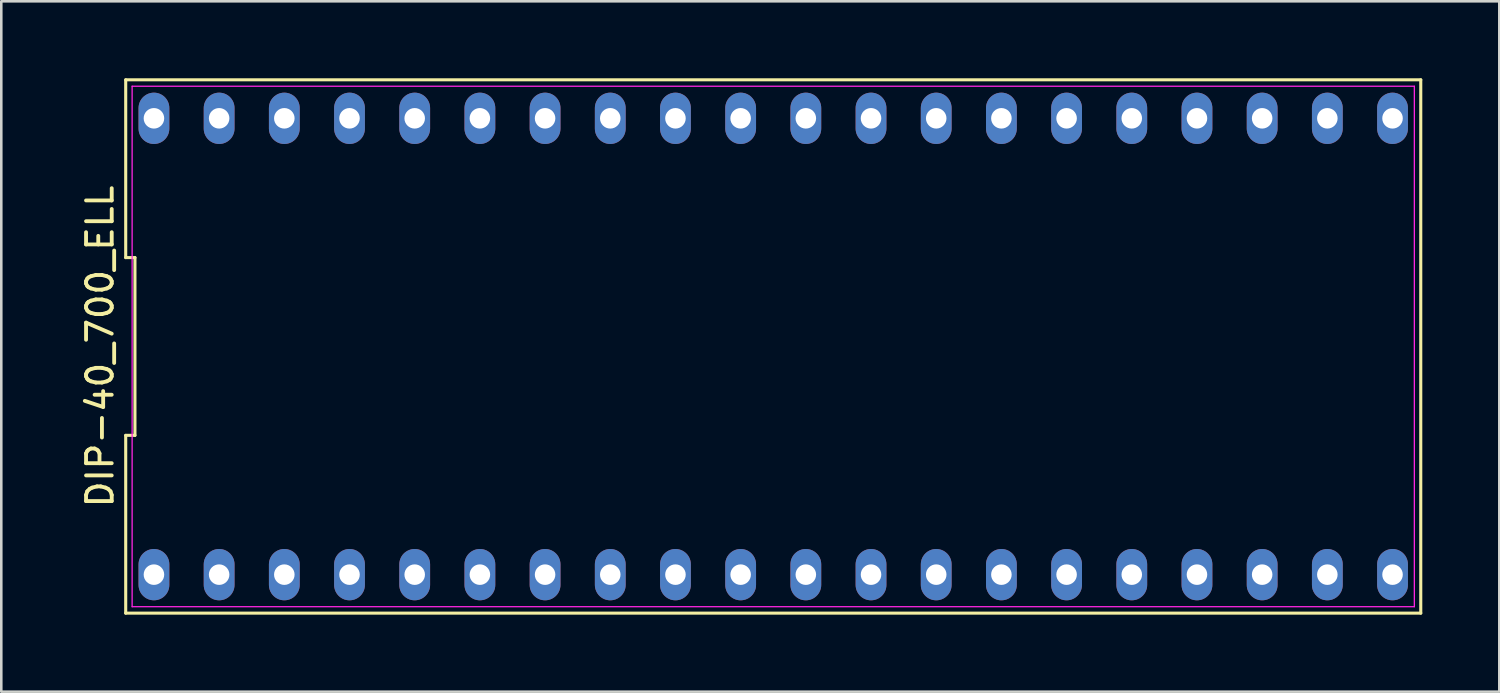
<source format=kicad_pcb>
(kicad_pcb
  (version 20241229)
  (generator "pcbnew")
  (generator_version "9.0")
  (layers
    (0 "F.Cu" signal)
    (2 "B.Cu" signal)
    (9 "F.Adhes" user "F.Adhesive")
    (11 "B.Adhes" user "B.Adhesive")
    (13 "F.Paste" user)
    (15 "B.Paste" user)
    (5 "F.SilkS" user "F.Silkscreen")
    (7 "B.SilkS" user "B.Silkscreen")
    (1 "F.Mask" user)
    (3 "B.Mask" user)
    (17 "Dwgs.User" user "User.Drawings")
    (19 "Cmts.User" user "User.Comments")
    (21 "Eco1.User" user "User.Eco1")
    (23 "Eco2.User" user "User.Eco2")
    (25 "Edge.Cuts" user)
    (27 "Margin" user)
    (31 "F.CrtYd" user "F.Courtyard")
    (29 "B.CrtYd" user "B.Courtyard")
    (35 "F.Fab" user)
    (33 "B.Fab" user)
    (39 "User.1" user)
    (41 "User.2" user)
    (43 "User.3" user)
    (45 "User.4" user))
  (footprint "DIP-40_700_ELL"
    (layer "F.Cu")
    (at 27.078 10.45)
    (property "Reference" "DIP-40_700_ELL" (at -26.23 0 90) (layer "F.SilkS") (effects (font (size 1 1) (thickness 0.15))))
    (attr through_hole)
    (fp_line (start -25.23 -10.39) (end -25.23 -3.463) (stroke (width 0.12) (type solid)) (layer "F.SilkS"))
    (fp_line (start -25.23 -3.463) (end -24.87 -3.463) (stroke (width 0.12) (type solid)) (layer "F.SilkS"))
    (fp_line (start -25.23 3.463) (end -25.23 10.39) (stroke (width 0.12) (type solid)) (layer "F.SilkS"))
    (fp_line (start -25.23 10.39) (end 25.23 10.39) (stroke (width 0.12) (type solid)) (layer "F.SilkS"))
    (fp_line (start -24.87 -3.463) (end -24.87 3.463) (stroke (width 0.12) (type solid)) (layer "F.SilkS"))
    (fp_line (start -24.87 3.463) (end -25.23 3.463) (stroke (width 0.12) (type solid)) (layer "F.SilkS"))
    (fp_line (start 25.23 -10.39) (end -25.23 -10.39) (stroke (width 0.12) (type solid)) (layer "F.SilkS"))
    (fp_line (start 25.23 10.39) (end 25.23 -10.39) (stroke (width 0.12) (type solid)) (layer "F.SilkS"))
    (fp_line (start -24.98 -10.14) (end 24.98 -10.14) (stroke (width 0.05) (type solid)) (layer "F.CrtYd"))
    (fp_line (start -24.98 10.14) (end -24.98 -10.14) (stroke (width 0.05) (type solid)) (layer "F.CrtYd"))
    (fp_line (start 24.98 -10.14) (end 24.98 10.14) (stroke (width 0.05) (type solid)) (layer "F.CrtYd"))
    (fp_line (start 24.98 10.14) (end -24.98 10.14) (stroke (width 0.05) (type solid)) (layer "F.CrtYd"))
    (pad "1" thru_hole oval (at -24.13 8.89) (size 1.2 2) (drill 0.8) (layers "*.Cu" "*.Mask"))
    (pad "2" thru_hole oval (at -21.59 8.89) (size 1.2 2) (drill 0.8) (layers "*.Cu" "*.Mask"))
    (pad "3" thru_hole oval (at -19.05 8.89) (size 1.2 2) (drill 0.8) (layers "*.Cu" "*.Mask"))
    (pad "4" thru_hole oval (at -16.51 8.89) (size 1.2 2) (drill 0.8) (layers "*.Cu" "*.Mask"))
    (pad "5" thru_hole oval (at -13.97 8.89) (size 1.2 2) (drill 0.8) (layers "*.Cu" "*.Mask"))
    (pad "6" thru_hole oval (at -11.43 8.89) (size 1.2 2) (drill 0.8) (layers "*.Cu" "*.Mask"))
    (pad "7" thru_hole oval (at -8.89 8.89) (size 1.2 2) (drill 0.8) (layers "*.Cu" "*.Mask"))
    (pad "8" thru_hole oval (at -6.35 8.89) (size 1.2 2) (drill 0.8) (layers "*.Cu" "*.Mask"))
    (pad "9" thru_hole oval (at -3.81 8.89) (size 1.2 2) (drill 0.8) (layers "*.Cu" "*.Mask"))
    (pad "10" thru_hole oval (at -1.27 8.89) (size 1.2 2) (drill 0.8) (layers "*.Cu" "*.Mask"))
    (pad "11" thru_hole oval (at 1.27 8.89) (size 1.2 2) (drill 0.8) (layers "*.Cu" "*.Mask"))
    (pad "12" thru_hole oval (at 3.81 8.89) (size 1.2 2) (drill 0.8) (layers "*.Cu" "*.Mask"))
    (pad "13" thru_hole oval (at 6.35 8.89) (size 1.2 2) (drill 0.8) (layers "*.Cu" "*.Mask"))
    (pad "14" thru_hole oval (at 8.89 8.89) (size 1.2 2) (drill 0.8) (layers "*.Cu" "*.Mask"))
    (pad "15" thru_hole oval (at 11.43 8.89) (size 1.2 2) (drill 0.8) (layers "*.Cu" "*.Mask"))
    (pad "16" thru_hole oval (at 13.97 8.89) (size 1.2 2) (drill 0.8) (layers "*.Cu" "*.Mask"))
    (pad "17" thru_hole oval (at 16.51 8.89) (size 1.2 2) (drill 0.8) (layers "*.Cu" "*.Mask"))
    (pad "18" thru_hole oval (at 19.05 8.89) (size 1.2 2) (drill 0.8) (layers "*.Cu" "*.Mask"))
    (pad "19" thru_hole oval (at 21.59 8.89) (size 1.2 2) (drill 0.8) (layers "*.Cu" "*.Mask"))
    (pad "20" thru_hole oval (at 24.13 8.89) (size 1.2 2) (drill 0.8) (layers "*.Cu" "*.Mask"))
    (pad "21" thru_hole oval (at 24.13 -8.89) (size 1.2 2) (drill 0.8) (layers "*.Cu" "*.Mask"))
    (pad "22" thru_hole oval (at 21.59 -8.89) (size 1.2 2) (drill 0.8) (layers "*.Cu" "*.Mask"))
    (pad "23" thru_hole oval (at 19.05 -8.89) (size 1.2 2) (drill 0.8) (layers "*.Cu" "*.Mask"))
    (pad "24" thru_hole oval (at 16.51 -8.89) (size 1.2 2) (drill 0.8) (layers "*.Cu" "*.Mask"))
    (pad "25" thru_hole oval (at 13.97 -8.89) (size 1.2 2) (drill 0.8) (layers "*.Cu" "*.Mask"))
    (pad "26" thru_hole oval (at 11.43 -8.89) (size 1.2 2) (drill 0.8) (layers "*.Cu" "*.Mask"))
    (pad "27" thru_hole oval (at 8.89 -8.89) (size 1.2 2) (drill 0.8) (layers "*.Cu" "*.Mask"))
    (pad "28" thru_hole oval (at 6.35 -8.89) (size 1.2 2) (drill 0.8) (layers "*.Cu" "*.Mask"))
    (pad "29" thru_hole oval (at 3.81 -8.89) (size 1.2 2) (drill 0.8) (layers "*.Cu" "*.Mask"))
    (pad "30" thru_hole oval (at 1.27 -8.89) (size 1.2 2) (drill 0.8) (layers "*.Cu" "*.Mask"))
    (pad "31" thru_hole oval (at -1.27 -8.89) (size 1.2 2) (drill 0.8) (layers "*.Cu" "*.Mask"))
    (pad "32" thru_hole oval (at -3.81 -8.89) (size 1.2 2) (drill 0.8) (layers "*.Cu" "*.Mask"))
    (pad "33" thru_hole oval (at -6.35 -8.89) (size 1.2 2) (drill 0.8) (layers "*.Cu" "*.Mask"))
    (pad "34" thru_hole oval (at -8.89 -8.89) (size 1.2 2) (drill 0.8) (layers "*.Cu" "*.Mask"))
    (pad "35" thru_hole oval (at -11.43 -8.89) (size 1.2 2) (drill 0.8) (layers "*.Cu" "*.Mask"))
    (pad "36" thru_hole oval (at -13.97 -8.89) (size 1.2 2) (drill 0.8) (layers "*.Cu" "*.Mask"))
    (pad "37" thru_hole oval (at -16.51 -8.89) (size 1.2 2) (drill 0.8) (layers "*.Cu" "*.Mask"))
    (pad "38" thru_hole oval (at -19.05 -8.89) (size 1.2 2) (drill 0.8) (layers "*.Cu" "*.Mask"))
    (pad "39" thru_hole oval (at -21.59 -8.89) (size 1.2 2) (drill 0.8) (layers "*.Cu" "*.Mask"))
    (pad "40" thru_hole oval (at -24.13 -8.89) (size 1.2 2) (drill 0.8) (layers "*.Cu" "*.Mask")))
  (gr_rect
    (start -3 -3)
    (end 55.368 23.9)
    (stroke (width 0.1) (type default))
    (fill no)
    (layer "Edge.Cuts")))
</source>
